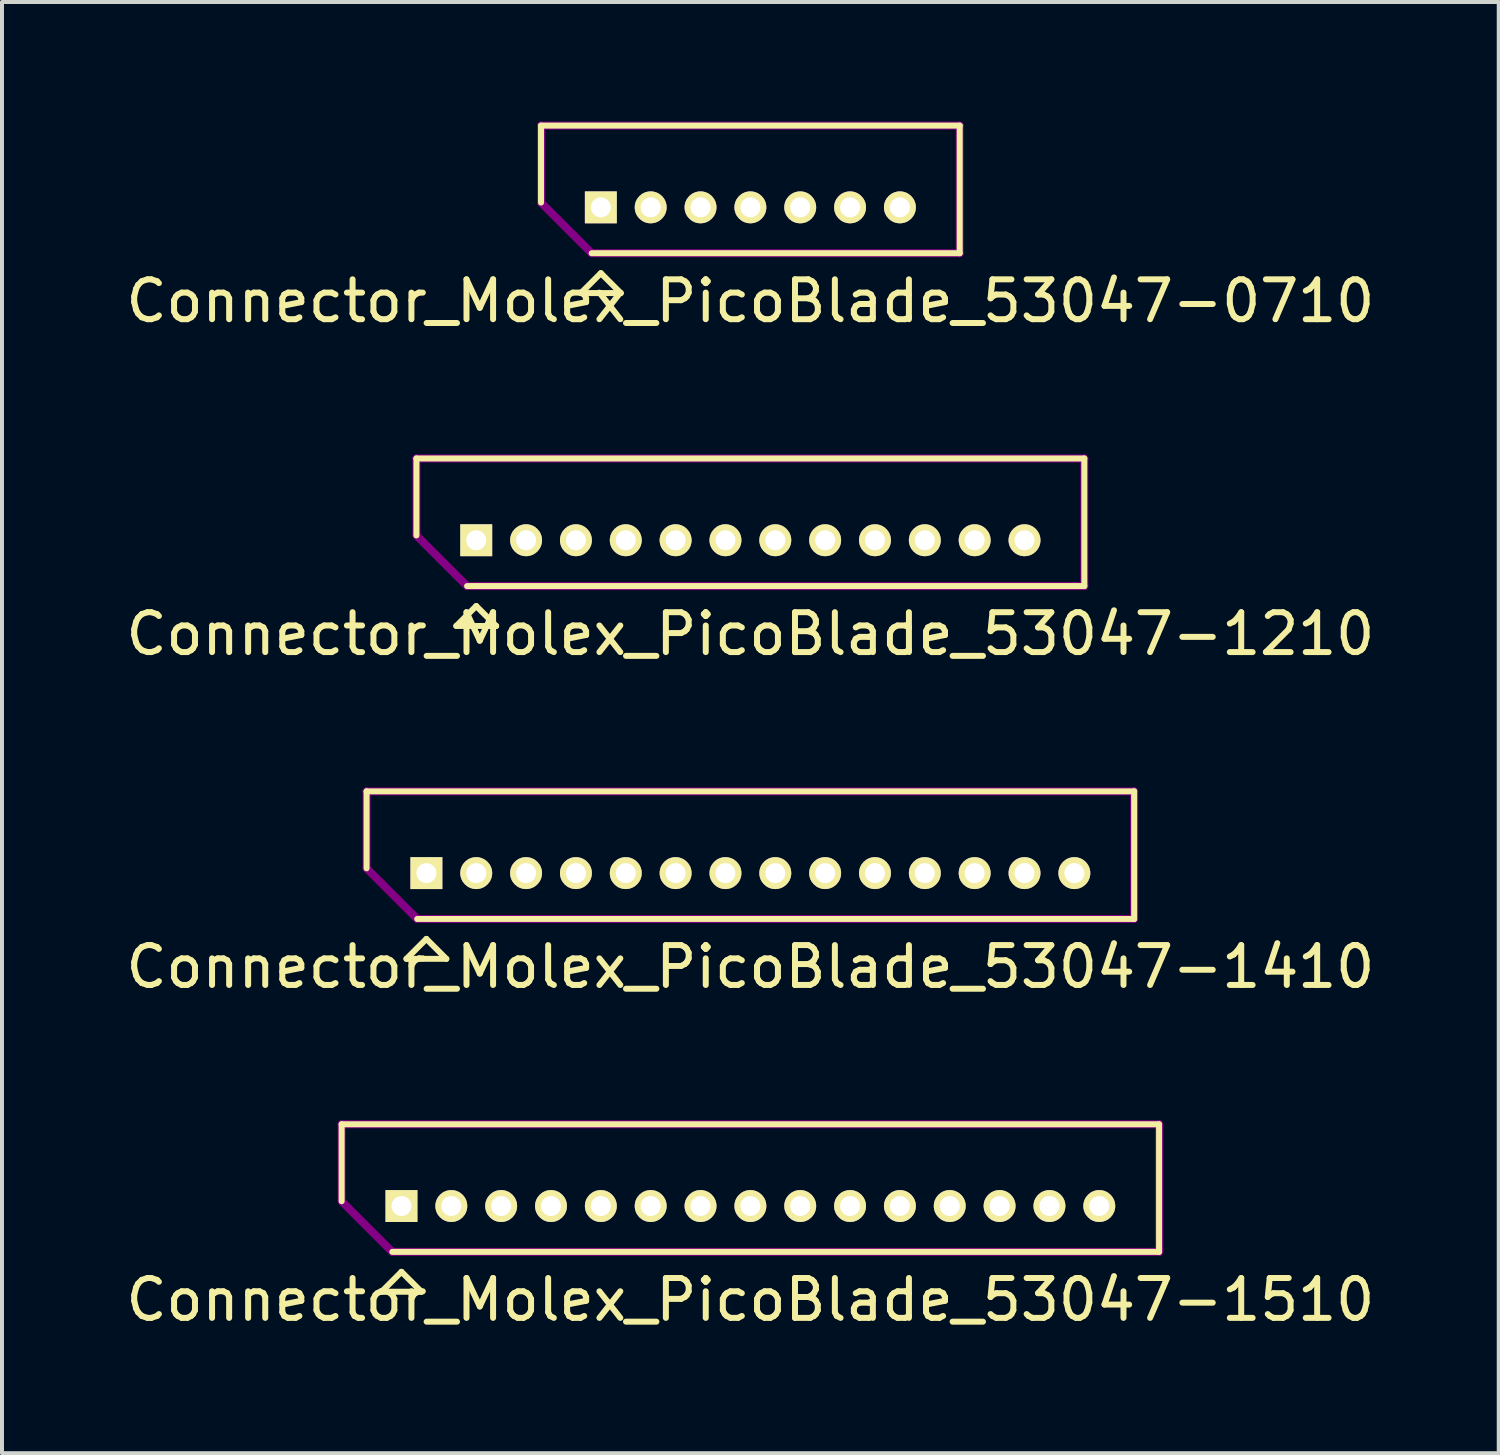
<source format=kicad_pcb>
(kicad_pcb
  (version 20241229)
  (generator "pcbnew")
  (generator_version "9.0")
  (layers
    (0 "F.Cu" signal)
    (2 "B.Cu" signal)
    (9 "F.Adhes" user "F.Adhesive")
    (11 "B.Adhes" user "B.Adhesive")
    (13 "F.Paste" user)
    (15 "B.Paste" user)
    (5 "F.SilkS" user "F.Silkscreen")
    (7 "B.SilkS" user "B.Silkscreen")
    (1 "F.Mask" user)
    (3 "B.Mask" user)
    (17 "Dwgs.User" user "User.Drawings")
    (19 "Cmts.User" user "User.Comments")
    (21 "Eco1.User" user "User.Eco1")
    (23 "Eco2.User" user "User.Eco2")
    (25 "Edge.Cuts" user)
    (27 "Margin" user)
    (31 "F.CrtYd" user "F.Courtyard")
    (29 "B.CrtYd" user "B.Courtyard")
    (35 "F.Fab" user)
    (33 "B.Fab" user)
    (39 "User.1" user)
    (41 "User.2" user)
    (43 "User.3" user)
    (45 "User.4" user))
  (footprint "Connector_Molex_PicoBlade_53047-1410"
    (layer "F.Cu")
    (at 7.643 18.846)
    (property "Reference" "Connector_Molex_PicoBlade_53047-1410" (at 8.125 2.35 0) (layer "F.SilkS") (effects (font (size 1 1) (thickness 0.15))))
    (attr through_hole)
    (fp_line (start -1.5 -2.05) (end 17.75 -2.05) (stroke (width 0.15) (type solid)) (layer "F.SilkS"))
    (fp_line (start -1.5 -0.12) (end -1.5 -2.05) (stroke (width 0.15) (type solid)) (layer "F.SilkS"))
    (fp_line (start -0.5 2.15) (end 0 1.65) (stroke (width 0.15) (type solid)) (layer "F.SilkS"))
    (fp_line (start 0 1.65) (end 0.5 2.15) (stroke (width 0.15) (type solid)) (layer "F.SilkS"))
    (fp_line (start 0.5 2.15) (end -0.5 2.15) (stroke (width 0.15) (type solid)) (layer "F.SilkS"))
    (fp_line (start 17.75 -2.05) (end 17.75 1.15) (stroke (width 0.15) (type solid)) (layer "F.SilkS"))
    (fp_line (start 17.75 1.15) (end -0.23 1.15) (stroke (width 0.15) (type solid)) (layer "F.SilkS"))
    (fp_line (start -1.5 -2.05) (end 17.75 -2.05) (stroke (width 0.2) (type solid)) (layer "F.Adhes"))
    (fp_line (start -1.5 -0.12) (end -1.5 -2.05) (stroke (width 0.2) (type solid)) (layer "F.Adhes"))
    (fp_line (start -0.23 1.15) (end -1.5 -0.12) (stroke (width 0.2) (type solid)) (layer "F.Adhes"))
    (fp_line (start 17.75 -2.05) (end 17.75 1.15) (stroke (width 0.2) (type solid)) (layer "F.Adhes"))
    (fp_line (start 17.75 1.15) (end -0.23 1.15) (stroke (width 0.2) (type solid)) (layer "F.Adhes"))
    (pad "1" thru_hole rect (at 0 0) (size 0.8 0.8) (drill 0.5) (layers "*.Cu" "*.Mask" "F.SilkS"))
    (pad "2" thru_hole oval (at 1.25 0) (size 0.8 0.8) (drill 0.5) (layers "*.Cu" "*.Mask" "F.SilkS"))
    (pad "3" thru_hole oval (at 2.5 0) (size 0.8 0.8) (drill 0.5) (layers "*.Cu" "*.Mask" "F.SilkS"))
    (pad "4" thru_hole oval (at 3.75 0) (size 0.8 0.8) (drill 0.5) (layers "*.Cu" "*.Mask" "F.SilkS"))
    (pad "5" thru_hole oval (at 5 0) (size 0.8 0.8) (drill 0.5) (layers "*.Cu" "*.Mask" "F.SilkS"))
    (pad "6" thru_hole oval (at 6.25 0) (size 0.8 0.8) (drill 0.5) (layers "*.Cu" "*.Mask" "F.SilkS"))
    (pad "7" thru_hole oval (at 7.5 0) (size 0.8 0.8) (drill 0.5) (layers "*.Cu" "*.Mask" "F.SilkS"))
    (pad "8" thru_hole oval (at 8.75 0) (size 0.8 0.8) (drill 0.5) (layers "*.Cu" "*.Mask" "F.SilkS"))
    (pad "9" thru_hole oval (at 10 0) (size 0.8 0.8) (drill 0.5) (layers "*.Cu" "*.Mask" "F.SilkS"))
    (pad "10" thru_hole oval (at 11.25 0) (size 0.8 0.8) (drill 0.5) (layers "*.Cu" "*.Mask" "F.SilkS"))
    (pad "11" thru_hole oval (at 12.5 0) (size 0.8 0.8) (drill 0.5) (layers "*.Cu" "*.Mask" "F.SilkS"))
    (pad "12" thru_hole oval (at 13.75 0) (size 0.8 0.8) (drill 0.5) (layers "*.Cu" "*.Mask" "F.SilkS"))
    (pad "13" thru_hole oval (at 15 0) (size 0.8 0.8) (drill 0.5) (layers "*.Cu" "*.Mask" "F.SilkS"))
    (pad "14" thru_hole oval (at 16.25 0) (size 0.8 0.8) (drill 0.5) (layers "*.Cu" "*.Mask" "F.SilkS")))
  (footprint "Connector_Molex_PicoBlade_53047-1210"
    (layer "F.Cu")
    (at 8.893 10.498)
    (property "Reference" "Connector_Molex_PicoBlade_53047-1210" (at 6.875 2.35 0) (layer "F.SilkS") (effects (font (size 1 1) (thickness 0.15))))
    (attr through_hole)
    (fp_line (start -1.5 -2.05) (end 15.25 -2.05) (stroke (width 0.15) (type solid)) (layer "F.SilkS"))
    (fp_line (start -1.5 -0.12) (end -1.5 -2.05) (stroke (width 0.15) (type solid)) (layer "F.SilkS"))
    (fp_line (start -0.5 2.15) (end 0 1.65) (stroke (width 0.15) (type solid)) (layer "F.SilkS"))
    (fp_line (start 0 1.65) (end 0.5 2.15) (stroke (width 0.15) (type solid)) (layer "F.SilkS"))
    (fp_line (start 0.5 2.15) (end -0.5 2.15) (stroke (width 0.15) (type solid)) (layer "F.SilkS"))
    (fp_line (start 15.25 -2.05) (end 15.25 1.15) (stroke (width 0.15) (type solid)) (layer "F.SilkS"))
    (fp_line (start 15.25 1.15) (end -0.23 1.15) (stroke (width 0.15) (type solid)) (layer "F.SilkS"))
    (fp_line (start -1.5 -2.05) (end 15.25 -2.05) (stroke (width 0.2) (type solid)) (layer "F.Adhes"))
    (fp_line (start -1.5 -0.12) (end -1.5 -2.05) (stroke (width 0.2) (type solid)) (layer "F.Adhes"))
    (fp_line (start -0.23 1.15) (end -1.5 -0.12) (stroke (width 0.2) (type solid)) (layer "F.Adhes"))
    (fp_line (start 15.25 -2.05) (end 15.25 1.15) (stroke (width 0.2) (type solid)) (layer "F.Adhes"))
    (fp_line (start 15.25 1.15) (end -0.23 1.15) (stroke (width 0.2) (type solid)) (layer "F.Adhes"))
    (pad "1" thru_hole rect (at 0 0) (size 0.8 0.8) (drill 0.5) (layers "*.Cu" "*.Mask" "F.SilkS"))
    (pad "2" thru_hole oval (at 1.25 0) (size 0.8 0.8) (drill 0.5) (layers "*.Cu" "*.Mask" "F.SilkS"))
    (pad "3" thru_hole oval (at 2.5 0) (size 0.8 0.8) (drill 0.5) (layers "*.Cu" "*.Mask" "F.SilkS"))
    (pad "4" thru_hole oval (at 3.75 0) (size 0.8 0.8) (drill 0.5) (layers "*.Cu" "*.Mask" "F.SilkS"))
    (pad "5" thru_hole oval (at 5 0) (size 0.8 0.8) (drill 0.5) (layers "*.Cu" "*.Mask" "F.SilkS"))
    (pad "6" thru_hole oval (at 6.25 0) (size 0.8 0.8) (drill 0.5) (layers "*.Cu" "*.Mask" "F.SilkS"))
    (pad "7" thru_hole oval (at 7.5 0) (size 0.8 0.8) (drill 0.5) (layers "*.Cu" "*.Mask" "F.SilkS"))
    (pad "8" thru_hole oval (at 8.75 0) (size 0.8 0.8) (drill 0.5) (layers "*.Cu" "*.Mask" "F.SilkS"))
    (pad "9" thru_hole oval (at 10 0) (size 0.8 0.8) (drill 0.5) (layers "*.Cu" "*.Mask" "F.SilkS"))
    (pad "10" thru_hole oval (at 11.25 0) (size 0.8 0.8) (drill 0.5) (layers "*.Cu" "*.Mask" "F.SilkS"))
    (pad "11" thru_hole oval (at 12.5 0) (size 0.8 0.8) (drill 0.5) (layers "*.Cu" "*.Mask" "F.SilkS"))
    (pad "12" thru_hole oval (at 13.75 0) (size 0.8 0.8) (drill 0.5) (layers "*.Cu" "*.Mask" "F.SilkS")))
  (footprint "Connector_Molex_PicoBlade_53047-1510"
    (layer "F.Cu")
    (at 7.018 27.195)
    (property "Reference" "Connector_Molex_PicoBlade_53047-1510" (at 8.75 2.35 0) (layer "F.SilkS") (effects (font (size 1 1) (thickness 0.15))))
    (attr through_hole)
    (fp_line (start -1.5 -2.05) (end 19 -2.05) (stroke (width 0.15) (type solid)) (layer "F.SilkS"))
    (fp_line (start -1.5 -0.12) (end -1.5 -2.05) (stroke (width 0.15) (type solid)) (layer "F.SilkS"))
    (fp_line (start -0.5 2.15) (end 0 1.65) (stroke (width 0.15) (type solid)) (layer "F.SilkS"))
    (fp_line (start 0 1.65) (end 0.5 2.15) (stroke (width 0.15) (type solid)) (layer "F.SilkS"))
    (fp_line (start 0.5 2.15) (end -0.5 2.15) (stroke (width 0.15) (type solid)) (layer "F.SilkS"))
    (fp_line (start 19 -2.05) (end 19 1.15) (stroke (width 0.15) (type solid)) (layer "F.SilkS"))
    (fp_line (start 19 1.15) (end -0.23 1.15) (stroke (width 0.15) (type solid)) (layer "F.SilkS"))
    (fp_line (start -1.5 -2.05) (end 19 -2.05) (stroke (width 0.2) (type solid)) (layer "F.Adhes"))
    (fp_line (start -1.5 -0.12) (end -1.5 -2.05) (stroke (width 0.2) (type solid)) (layer "F.Adhes"))
    (fp_line (start -0.23 1.15) (end -1.5 -0.12) (stroke (width 0.2) (type solid)) (layer "F.Adhes"))
    (fp_line (start 19 -2.05) (end 19 1.15) (stroke (width 0.2) (type solid)) (layer "F.Adhes"))
    (fp_line (start 19 1.15) (end -0.23 1.15) (stroke (width 0.2) (type solid)) (layer "F.Adhes"))
    (pad "1" thru_hole rect (at 0 0) (size 0.8 0.8) (drill 0.5) (layers "*.Cu" "*.Mask" "F.SilkS"))
    (pad "2" thru_hole oval (at 1.25 0) (size 0.8 0.8) (drill 0.5) (layers "*.Cu" "*.Mask" "F.SilkS"))
    (pad "3" thru_hole oval (at 2.5 0) (size 0.8 0.8) (drill 0.5) (layers "*.Cu" "*.Mask" "F.SilkS"))
    (pad "4" thru_hole oval (at 3.75 0) (size 0.8 0.8) (drill 0.5) (layers "*.Cu" "*.Mask" "F.SilkS"))
    (pad "5" thru_hole oval (at 5 0) (size 0.8 0.8) (drill 0.5) (layers "*.Cu" "*.Mask" "F.SilkS"))
    (pad "6" thru_hole oval (at 6.25 0) (size 0.8 0.8) (drill 0.5) (layers "*.Cu" "*.Mask" "F.SilkS"))
    (pad "7" thru_hole oval (at 7.5 0) (size 0.8 0.8) (drill 0.5) (layers "*.Cu" "*.Mask" "F.SilkS"))
    (pad "8" thru_hole oval (at 8.75 0) (size 0.8 0.8) (drill 0.5) (layers "*.Cu" "*.Mask" "F.SilkS"))
    (pad "9" thru_hole oval (at 10 0) (size 0.8 0.8) (drill 0.5) (layers "*.Cu" "*.Mask" "F.SilkS"))
    (pad "10" thru_hole oval (at 11.25 0) (size 0.8 0.8) (drill 0.5) (layers "*.Cu" "*.Mask" "F.SilkS"))
    (pad "11" thru_hole oval (at 12.5 0) (size 0.8 0.8) (drill 0.5) (layers "*.Cu" "*.Mask" "F.SilkS"))
    (pad "12" thru_hole oval (at 13.75 0) (size 0.8 0.8) (drill 0.5) (layers "*.Cu" "*.Mask" "F.SilkS"))
    (pad "13" thru_hole oval (at 15 0) (size 0.8 0.8) (drill 0.5) (layers "*.Cu" "*.Mask" "F.SilkS"))
    (pad "14" thru_hole oval (at 16.25 0) (size 0.8 0.8) (drill 0.5) (layers "*.Cu" "*.Mask" "F.SilkS"))
    (pad "15" thru_hole oval (at 17.5 0) (size 0.8 0.8) (drill 0.5) (layers "*.Cu" "*.Mask" "F.SilkS")))
  (footprint "Connector_Molex_PicoBlade_53047-0710"
    (layer "F.Cu")
    (at 12.018 2.15)
    (property "Reference" "Connector_Molex_PicoBlade_53047-0710" (at 3.75 2.35 0) (layer "F.SilkS") (effects (font (size 1 1) (thickness 0.15))))
    (attr through_hole)
    (fp_line (start -1.5 -2.05) (end 9 -2.05) (stroke (width 0.15) (type solid)) (layer "F.SilkS"))
    (fp_line (start -1.5 -0.12) (end -1.5 -2.05) (stroke (width 0.15) (type solid)) (layer "F.SilkS"))
    (fp_line (start -0.5 2.15) (end 0 1.65) (stroke (width 0.15) (type solid)) (layer "F.SilkS"))
    (fp_line (start 0 1.65) (end 0.5 2.15) (stroke (width 0.15) (type solid)) (layer "F.SilkS"))
    (fp_line (start 0.5 2.15) (end -0.5 2.15) (stroke (width 0.15) (type solid)) (layer "F.SilkS"))
    (fp_line (start 9 -2.05) (end 9 1.15) (stroke (width 0.15) (type solid)) (layer "F.SilkS"))
    (fp_line (start 9 1.15) (end -0.23 1.15) (stroke (width 0.15) (type solid)) (layer "F.SilkS"))
    (fp_line (start -1.5 -2.05) (end 9 -2.05) (stroke (width 0.2) (type solid)) (layer "F.Adhes"))
    (fp_line (start -1.5 -0.12) (end -1.5 -2.05) (stroke (width 0.2) (type solid)) (layer "F.Adhes"))
    (fp_line (start -0.23 1.15) (end -1.5 -0.12) (stroke (width 0.2) (type solid)) (layer "F.Adhes"))
    (fp_line (start 9 -2.05) (end 9 1.15) (stroke (width 0.2) (type solid)) (layer "F.Adhes"))
    (fp_line (start 9 1.15) (end -0.23 1.15) (stroke (width 0.2) (type solid)) (layer "F.Adhes"))
    (pad "1" thru_hole rect (at 0 0) (size 0.8 0.8) (drill 0.5) (layers "*.Cu" "*.Mask" "F.SilkS"))
    (pad "2" thru_hole oval (at 1.25 0) (size 0.8 0.8) (drill 0.5) (layers "*.Cu" "*.Mask" "F.SilkS"))
    (pad "3" thru_hole oval (at 2.5 0) (size 0.8 0.8) (drill 0.5) (layers "*.Cu" "*.Mask" "F.SilkS"))
    (pad "4" thru_hole oval (at 3.75 0) (size 0.8 0.8) (drill 0.5) (layers "*.Cu" "*.Mask" "F.SilkS"))
    (pad "5" thru_hole oval (at 5 0) (size 0.8 0.8) (drill 0.5) (layers "*.Cu" "*.Mask" "F.SilkS"))
    (pad "6" thru_hole oval (at 6.25 0) (size 0.8 0.8) (drill 0.5) (layers "*.Cu" "*.Mask" "F.SilkS"))
    (pad "7" thru_hole oval (at 7.5 0) (size 0.8 0.8) (drill 0.5) (layers "*.Cu" "*.Mask" "F.SilkS")))
  (gr_rect
    (start -3 -3)
    (end 34.536 33.393)
    (stroke (width 0.1) (type default))
    (fill no)
    (layer "Edge.Cuts")))
</source>
